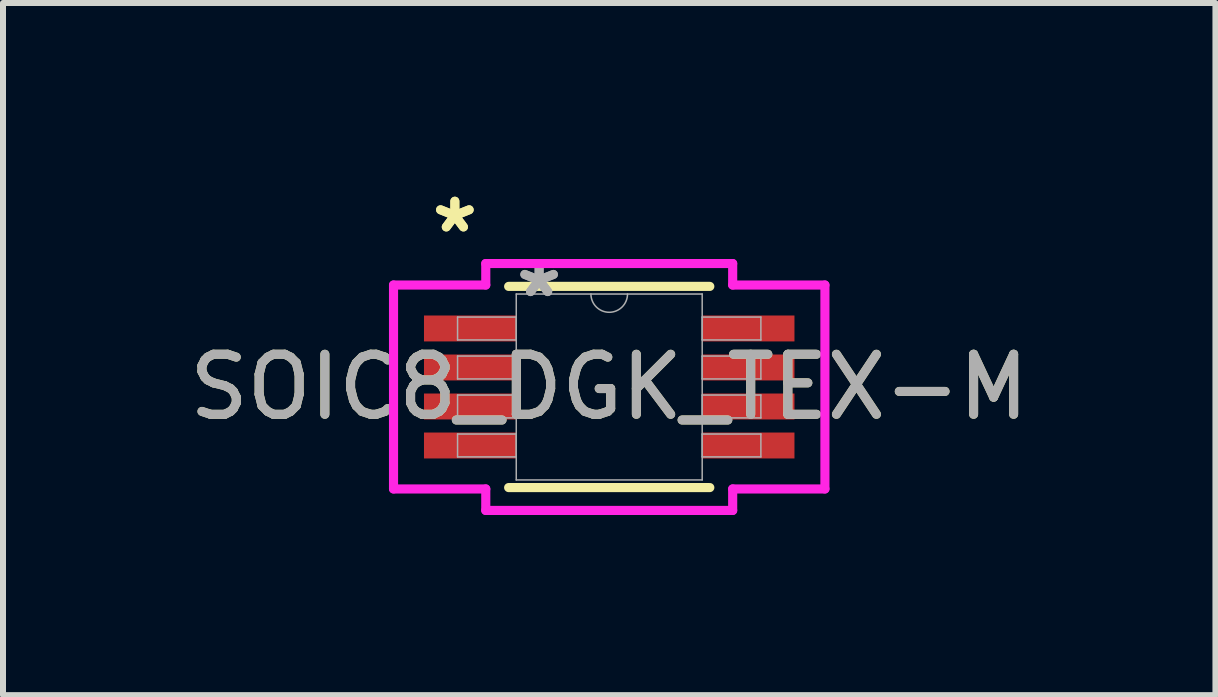
<source format=kicad_pcb>
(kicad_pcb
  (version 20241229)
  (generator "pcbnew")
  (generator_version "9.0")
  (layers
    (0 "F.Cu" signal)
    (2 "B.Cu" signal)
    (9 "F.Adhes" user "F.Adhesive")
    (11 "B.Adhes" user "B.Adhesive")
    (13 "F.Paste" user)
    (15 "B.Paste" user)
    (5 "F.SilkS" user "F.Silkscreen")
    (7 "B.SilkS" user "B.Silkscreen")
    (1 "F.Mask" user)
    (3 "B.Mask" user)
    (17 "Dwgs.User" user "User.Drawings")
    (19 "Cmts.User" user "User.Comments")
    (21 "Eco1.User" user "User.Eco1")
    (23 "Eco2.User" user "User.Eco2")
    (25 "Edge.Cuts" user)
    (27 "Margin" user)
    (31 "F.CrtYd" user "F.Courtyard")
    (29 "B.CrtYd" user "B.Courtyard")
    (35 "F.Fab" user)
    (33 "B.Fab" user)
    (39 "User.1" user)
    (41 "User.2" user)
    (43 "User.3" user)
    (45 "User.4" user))
  (footprint "SOIC8_DGK_TEX-M"
    (layer "F.Cu")
    (at 7.101 3.398)
    (property "Reference" "SOIC8_DGK_TEX-M" (at 0 0 0) (unlocked yes) (layer "F.SilkS") (effects (font (size 1 1) (thickness 0.15))))
    (attr smd)
    (fp_line (start -1.676 1.676) (end 1.676 1.676) (stroke (width 0.152) (type solid)) (layer "F.SilkS"))
    (fp_line (start 1.676 -1.676) (end -1.676 -1.676) (stroke (width 0.152) (type solid)) (layer "F.SilkS"))
    (fp_line (start -3.594 -1.699) (end -2.057 -1.699) (stroke (width 0.152) (type solid)) (layer "F.CrtYd"))
    (fp_line (start -3.594 1.699) (end -3.594 -1.699) (stroke (width 0.152) (type solid)) (layer "F.CrtYd"))
    (fp_line (start -3.594 1.699) (end -2.057 1.699) (stroke (width 0.152) (type solid)) (layer "F.CrtYd"))
    (fp_line (start -2.057 -2.057) (end 2.057 -2.057) (stroke (width 0.152) (type solid)) (layer "F.CrtYd"))
    (fp_line (start -2.057 -1.699) (end -2.057 -2.057) (stroke (width 0.152) (type solid)) (layer "F.CrtYd"))
    (fp_line (start -2.057 2.057) (end -2.057 1.699) (stroke (width 0.152) (type solid)) (layer "F.CrtYd"))
    (fp_line (start 2.057 -2.057) (end 2.057 -1.699) (stroke (width 0.152) (type solid)) (layer "F.CrtYd"))
    (fp_line (start 2.057 1.699) (end 2.057 2.057) (stroke (width 0.152) (type solid)) (layer "F.CrtYd"))
    (fp_line (start 2.057 2.057) (end -2.057 2.057) (stroke (width 0.152) (type solid)) (layer "F.CrtYd"))
    (fp_line (start 3.594 -1.699) (end 2.057 -1.699) (stroke (width 0.152) (type solid)) (layer "F.CrtYd"))
    (fp_line (start 3.594 -1.699) (end 3.594 1.699) (stroke (width 0.152) (type solid)) (layer "F.CrtYd"))
    (fp_line (start 3.594 1.699) (end 2.057 1.699) (stroke (width 0.152) (type solid)) (layer "F.CrtYd"))
    (fp_line (start -2.527 -1.165) (end -2.527 -0.784) (stroke (width 0.025) (type solid)) (layer "F.Fab"))
    (fp_line (start -2.527 -0.784) (end -1.549 -0.784) (stroke (width 0.025) (type solid)) (layer "F.Fab"))
    (fp_line (start -2.527 -0.515) (end -2.527 -0.134) (stroke (width 0.025) (type solid)) (layer "F.Fab"))
    (fp_line (start -2.527 -0.134) (end -1.549 -0.134) (stroke (width 0.025) (type solid)) (layer "F.Fab"))
    (fp_line (start -2.527 0.134) (end -2.527 0.515) (stroke (width 0.025) (type solid)) (layer "F.Fab"))
    (fp_line (start -2.527 0.515) (end -1.549 0.515) (stroke (width 0.025) (type solid)) (layer "F.Fab"))
    (fp_line (start -2.527 0.784) (end -2.527 1.165) (stroke (width 0.025) (type solid)) (layer "F.Fab"))
    (fp_line (start -2.527 1.165) (end -1.549 1.165) (stroke (width 0.025) (type solid)) (layer "F.Fab"))
    (fp_line (start -1.549 -1.549) (end -1.549 1.549) (stroke (width 0.025) (type solid)) (layer "F.Fab"))
    (fp_line (start -1.549 -1.165) (end -2.527 -1.165) (stroke (width 0.025) (type solid)) (layer "F.Fab"))
    (fp_line (start -1.549 -0.784) (end -1.549 -1.165) (stroke (width 0.025) (type solid)) (layer "F.Fab"))
    (fp_line (start -1.549 -0.515) (end -2.527 -0.515) (stroke (width 0.025) (type solid)) (layer "F.Fab"))
    (fp_line (start -1.549 -0.134) (end -1.549 -0.515) (stroke (width 0.025) (type solid)) (layer "F.Fab"))
    (fp_line (start -1.549 0.134) (end -2.527 0.134) (stroke (width 0.025) (type solid)) (layer "F.Fab"))
    (fp_line (start -1.549 0.515) (end -1.549 0.134) (stroke (width 0.025) (type solid)) (layer "F.Fab"))
    (fp_line (start -1.549 0.784) (end -2.527 0.784) (stroke (width 0.025) (type solid)) (layer "F.Fab"))
    (fp_line (start -1.549 1.165) (end -1.549 0.784) (stroke (width 0.025) (type solid)) (layer "F.Fab"))
    (fp_line (start -1.549 1.549) (end 1.549 1.549) (stroke (width 0.025) (type solid)) (layer "F.Fab"))
    (fp_line (start 1.549 -1.549) (end -1.549 -1.549) (stroke (width 0.025) (type solid)) (layer "F.Fab"))
    (fp_line (start 1.549 -1.165) (end 1.549 -0.784) (stroke (width 0.025) (type solid)) (layer "F.Fab"))
    (fp_line (start 1.549 -0.784) (end 2.527 -0.784) (stroke (width 0.025) (type solid)) (layer "F.Fab"))
    (fp_line (start 1.549 -0.515) (end 1.549 -0.134) (stroke (width 0.025) (type solid)) (layer "F.Fab"))
    (fp_line (start 1.549 -0.134) (end 2.527 -0.134) (stroke (width 0.025) (type solid)) (layer "F.Fab"))
    (fp_line (start 1.549 0.134) (end 1.549 0.515) (stroke (width 0.025) (type solid)) (layer "F.Fab"))
    (fp_line (start 1.549 0.515) (end 2.527 0.515) (stroke (width 0.025) (type solid)) (layer "F.Fab"))
    (fp_line (start 1.549 0.784) (end 1.549 1.165) (stroke (width 0.025) (type solid)) (layer "F.Fab"))
    (fp_line (start 1.549 1.165) (end 2.527 1.165) (stroke (width 0.025) (type solid)) (layer "F.Fab"))
    (fp_line (start 1.549 1.549) (end 1.549 -1.549) (stroke (width 0.025) (type solid)) (layer "F.Fab"))
    (fp_line (start 2.527 -1.165) (end 1.549 -1.165) (stroke (width 0.025) (type solid)) (layer "F.Fab"))
    (fp_line (start 2.527 -0.784) (end 2.527 -1.165) (stroke (width 0.025) (type solid)) (layer "F.Fab"))
    (fp_line (start 2.527 -0.515) (end 1.549 -0.515) (stroke (width 0.025) (type solid)) (layer "F.Fab"))
    (fp_line (start 2.527 -0.134) (end 2.527 -0.515) (stroke (width 0.025) (type solid)) (layer "F.Fab"))
    (fp_line (start 2.527 0.134) (end 1.549 0.134) (stroke (width 0.025) (type solid)) (layer "F.Fab"))
    (fp_line (start 2.527 0.515) (end 2.527 0.134) (stroke (width 0.025) (type solid)) (layer "F.Fab"))
    (fp_line (start 2.527 0.784) (end 1.549 0.784) (stroke (width 0.025) (type solid)) (layer "F.Fab"))
    (fp_line (start 2.527 1.165) (end 2.527 0.784) (stroke (width 0.025) (type solid)) (layer "F.Fab"))
    (fp_arc (start 0.3048 -1.5494) (mid 0 -1.2446) (end -0.3048 -1.5494) (stroke (width 0.0254) (type solid)) (layer "F.Fab"))
    (fp_text user "*" (at -2.572 -2.55 0) (layer "F.SilkS") (effects (font (size 1 1) (thickness 0.15))))
    (fp_text user "*" (at -2.572 -2.55 0) (unlocked yes) (layer "F.SilkS") (effects (font (size 1 1) (thickness 0.15))))
    (fp_text user "${REFERENCE}" (at 0 0 0) (unlocked yes) (layer "F.Fab") (effects (font (size 1 1) (thickness 0.15))))
    (fp_text user "*" (at -1.168 -1.473 0) (layer "F.Fab") (effects (font (size 1 1) (thickness 0.15))))
    (fp_text user "*" (at -1.168 -1.473 0) (unlocked yes) (layer "F.Fab") (effects (font (size 1 1) (thickness 0.15))))
    (pad "1" smd rect (at -2.318 -0.975) (size 1.537 0.432) (layers "F.Cu" "F.Mask" "F.Paste"))
    (pad "2" smd rect (at -2.318 -0.325) (size 1.537 0.432) (layers "F.Cu" "F.Mask" "F.Paste"))
    (pad "3" smd rect (at -2.318 0.325) (size 1.537 0.432) (layers "F.Cu" "F.Mask" "F.Paste"))
    (pad "4" smd rect (at -2.318 0.975) (size 1.537 0.432) (layers "F.Cu" "F.Mask" "F.Paste"))
    (pad "5" smd rect (at 2.318 0.975) (size 1.537 0.432) (layers "F.Cu" "F.Mask" "F.Paste"))
    (pad "6" smd rect (at 2.318 0.325) (size 1.537 0.432) (layers "F.Cu" "F.Mask" "F.Paste"))
    (pad "7" smd rect (at 2.318 -0.325) (size 1.537 0.432) (layers "F.Cu" "F.Mask" "F.Paste"))
    (pad "8" smd rect (at 2.318 -0.975) (size 1.537 0.432) (layers "F.Cu" "F.Mask" "F.Paste")))
  (gr_rect
    (start -3 -3)
    (end 17.202 8.532)
    (stroke (width 0.1) (type default))
    (fill no)
    (layer "Edge.Cuts")))
</source>
